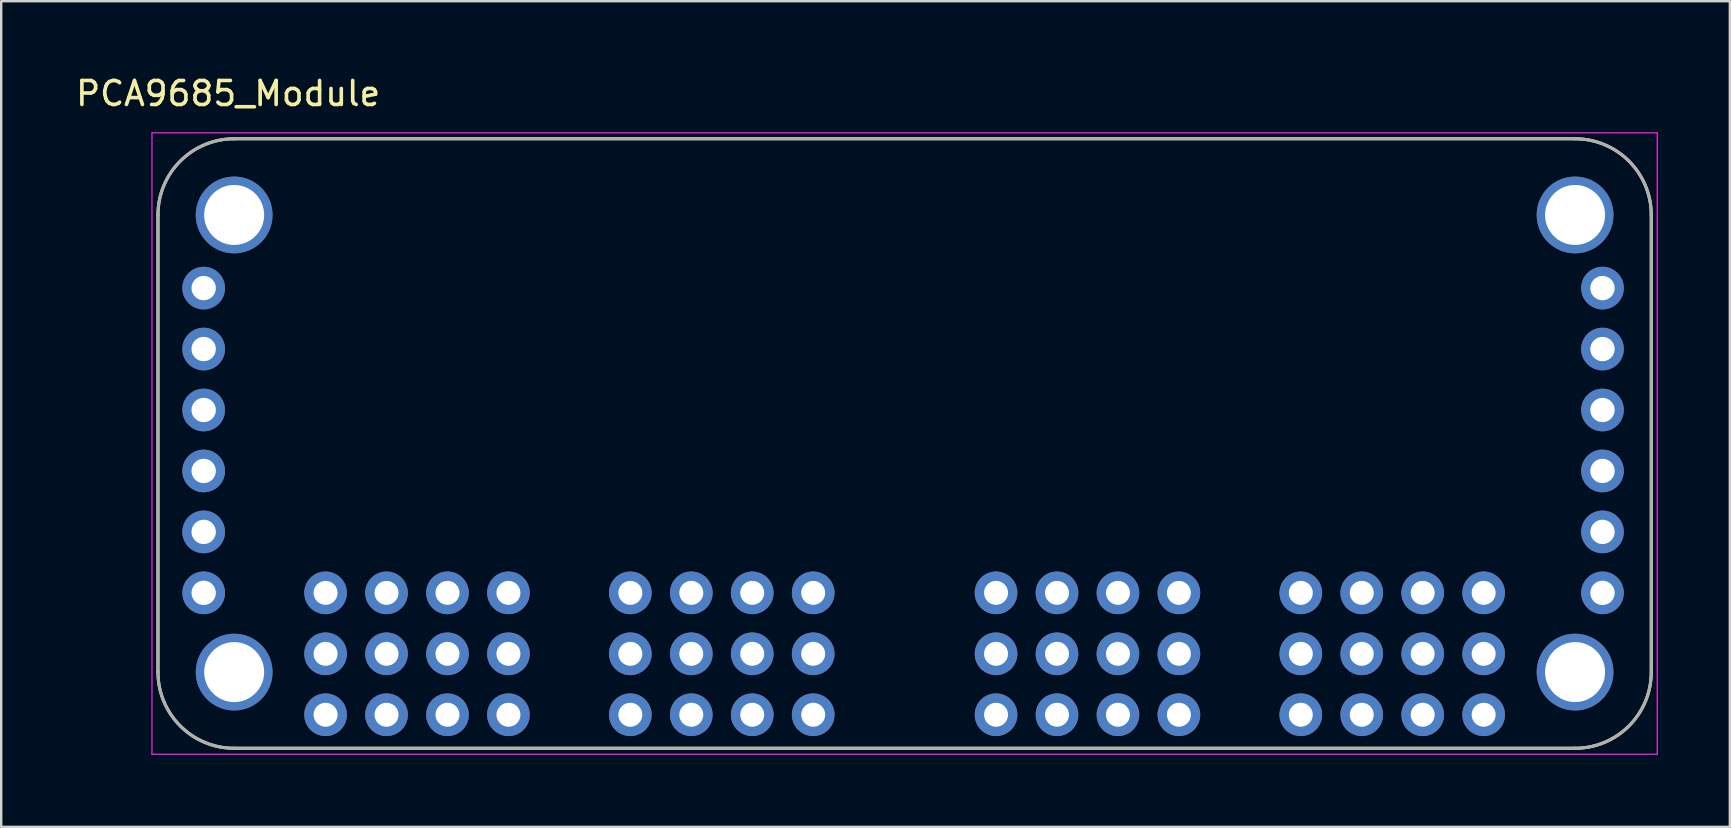
<source format=kicad_pcb>
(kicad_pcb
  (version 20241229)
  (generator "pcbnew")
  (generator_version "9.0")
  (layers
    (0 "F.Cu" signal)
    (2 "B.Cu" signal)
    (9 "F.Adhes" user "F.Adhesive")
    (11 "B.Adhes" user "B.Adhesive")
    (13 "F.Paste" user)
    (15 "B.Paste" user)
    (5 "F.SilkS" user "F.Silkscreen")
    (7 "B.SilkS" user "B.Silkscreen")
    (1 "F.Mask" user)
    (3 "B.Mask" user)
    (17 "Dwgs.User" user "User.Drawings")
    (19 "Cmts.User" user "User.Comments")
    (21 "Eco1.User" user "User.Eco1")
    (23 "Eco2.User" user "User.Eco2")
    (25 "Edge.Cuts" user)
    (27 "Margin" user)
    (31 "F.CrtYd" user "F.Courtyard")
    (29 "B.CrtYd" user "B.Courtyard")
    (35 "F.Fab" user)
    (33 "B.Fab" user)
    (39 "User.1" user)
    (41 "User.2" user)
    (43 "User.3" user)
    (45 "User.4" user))
  (footprint "PCA9685_Module"
    (layer "F.Cu")
    (at 34.648 15.433)
    (property "Reference" "PCA9685_Module" (at -28.19 -14.585 0) (layer "F.SilkS") (effects (font (size 1 1) (thickness 0.15))))
    (attr through_hole)
    (fp_line (start -31.115 9.525) (end -31.115 -9.525) (stroke (width 0.127) (type solid)) (layer "F.SilkS"))
    (fp_line (start -27.94 -12.7) (end 27.94 -12.7) (stroke (width 0.127) (type solid)) (layer "F.SilkS"))
    (fp_line (start 27.94 12.7) (end -27.94 12.7) (stroke (width 0.127) (type solid)) (layer "F.SilkS"))
    (fp_line (start 31.115 -9.525) (end 31.115 9.525) (stroke (width 0.127) (type solid)) (layer "F.SilkS"))
    (fp_arc (start -31.115 -9.525) (mid -30.185064 -11.770064) (end -27.94 -12.7) (stroke (width 0.127) (type solid)) (layer "F.SilkS"))
    (fp_arc (start -27.94 12.7) (mid -30.185064 11.770064) (end -31.115 9.525) (stroke (width 0.127) (type solid)) (layer "F.SilkS"))
    (fp_arc (start 27.94 -12.7) (mid 30.185064 -11.770064) (end 31.115 -9.525) (stroke (width 0.127) (type solid)) (layer "F.SilkS"))
    (fp_arc (start 31.115 9.525) (mid 30.185064 11.770064) (end 27.94 12.7) (stroke (width 0.127) (type solid)) (layer "F.SilkS"))
    (fp_line (start -31.365 -12.95) (end -31.365 12.95) (stroke (width 0.05) (type solid)) (layer "F.CrtYd"))
    (fp_line (start -31.365 12.95) (end 31.365 12.95) (stroke (width 0.05) (type solid)) (layer "F.CrtYd"))
    (fp_line (start 31.365 -12.95) (end -31.365 -12.95) (stroke (width 0.05) (type solid)) (layer "F.CrtYd"))
    (fp_line (start 31.365 12.95) (end 31.365 -12.95) (stroke (width 0.05) (type solid)) (layer "F.CrtYd"))
    (fp_line (start -31.115 9.525) (end -31.115 -9.525) (stroke (width 0.127) (type solid)) (layer "F.Fab"))
    (fp_line (start -27.94 -12.7) (end 27.94 -12.7) (stroke (width 0.127) (type solid)) (layer "F.Fab"))
    (fp_line (start 27.94 12.7) (end -27.94 12.7) (stroke (width 0.127) (type solid)) (layer "F.Fab"))
    (fp_line (start 31.115 -9.525) (end 31.115 9.525) (stroke (width 0.127) (type solid)) (layer "F.Fab"))
    (fp_arc (start -31.115 -9.525) (mid -30.185064 -11.770064) (end -27.94 -12.7) (stroke (width 0.127) (type solid)) (layer "F.Fab"))
    (fp_arc (start -27.94 12.7) (mid -30.185064 11.770064) (end -31.115 9.525) (stroke (width 0.127) (type solid)) (layer "F.Fab"))
    (fp_arc (start 27.94 -12.7) (mid 30.185064 -11.770064) (end 31.115 -9.525) (stroke (width 0.127) (type solid)) (layer "F.Fab"))
    (fp_arc (start 31.115 9.525) (mid 30.185064 11.770064) (end 27.94 12.7) (stroke (width 0.127) (type solid)) (layer "F.Fab"))
    (pad "0" thru_hole circle (at -24.13 6.223) (size 1.778 1.778) (drill 1) (layers "*.Cu" "*.Mask"))
    (pad "1" thru_hole circle (at -21.59 6.223) (size 1.778 1.778) (drill 1) (layers "*.Cu" "*.Mask"))
    (pad "2" thru_hole circle (at -19.05 6.223) (size 1.778 1.778) (drill 1) (layers "*.Cu" "*.Mask"))
    (pad "3" thru_hole circle (at -16.51 6.223) (size 1.778 1.778) (drill 1) (layers "*.Cu" "*.Mask"))
    (pad "4" thru_hole circle (at -11.43 6.223) (size 1.778 1.778) (drill 1) (layers "*.Cu" "*.Mask"))
    (pad "5" thru_hole circle (at -8.89 6.223) (size 1.778 1.778) (drill 1) (layers "*.Cu" "*.Mask"))
    (pad "6" thru_hole circle (at -6.35 6.223) (size 1.778 1.778) (drill 1) (layers "*.Cu" "*.Mask"))
    (pad "7" thru_hole circle (at -3.81 6.223) (size 1.778 1.778) (drill 1) (layers "*.Cu" "*.Mask"))
    (pad "8" thru_hole circle (at 3.81 6.223) (size 1.778 1.778) (drill 1) (layers "*.Cu" "*.Mask"))
    (pad "9" thru_hole circle (at 6.35 6.223) (size 1.778 1.778) (drill 1) (layers "*.Cu" "*.Mask"))
    (pad "10" thru_hole circle (at 8.89 6.223) (size 1.778 1.778) (drill 1) (layers "*.Cu" "*.Mask"))
    (pad "11" thru_hole circle (at 11.43 6.223) (size 1.778 1.778) (drill 1) (layers "*.Cu" "*.Mask"))
    (pad "12" thru_hole circle (at 16.51 6.223) (size 1.778 1.778) (drill 1) (layers "*.Cu" "*.Mask"))
    (pad "13" thru_hole circle (at 19.05 6.223) (size 1.778 1.778) (drill 1) (layers "*.Cu" "*.Mask"))
    (pad "14" thru_hole circle (at 21.59 6.223) (size 1.778 1.778) (drill 1) (layers "*.Cu" "*.Mask"))
    (pad "15" thru_hole circle (at 24.13 6.223) (size 1.778 1.778) (drill 1) (layers "*.Cu" "*.Mask"))
    (pad "GND_1" thru_hole circle (at -29.21 -6.477) (size 1.778 1.778) (drill 1.016) (layers "*.Cu" "*.Mask"))
    (pad "GND_2" thru_hole circle (at 29.083 -6.477) (size 1.778 1.778) (drill 1.016) (layers "*.Cu" "*.Mask"))
    (pad "GND_3" thru_hole circle (at -24.13 11.303) (size 1.778 1.778) (drill 1) (layers "*.Cu" "*.Mask"))
    (pad "GND_4" thru_hole circle (at -21.59 11.303) (size 1.778 1.778) (drill 1) (layers "*.Cu" "*.Mask"))
    (pad "GND_5" thru_hole circle (at -19.05 11.303) (size 1.778 1.778) (drill 1) (layers "*.Cu" "*.Mask"))
    (pad "GND_6" thru_hole circle (at -16.51 11.303) (size 1.778 1.778) (drill 1) (layers "*.Cu" "*.Mask"))
    (pad "GND_7" thru_hole circle (at -11.43 11.303) (size 1.778 1.778) (drill 1) (layers "*.Cu" "*.Mask"))
    (pad "GND_8" thru_hole circle (at -8.89 11.303) (size 1.778 1.778) (drill 1) (layers "*.Cu" "*.Mask"))
    (pad "GND_9" thru_hole circle (at -6.35 11.303) (size 1.778 1.778) (drill 1) (layers "*.Cu" "*.Mask"))
    (pad "GND_10" thru_hole circle (at -3.81 11.303) (size 1.778 1.778) (drill 1) (layers "*.Cu" "*.Mask"))
    (pad "GND_11" thru_hole circle (at 3.81 11.303) (size 1.778 1.778) (drill 1) (layers "*.Cu" "*.Mask"))
    (pad "GND_12" thru_hole circle (at 6.35 11.303) (size 1.778 1.778) (drill 1) (layers "*.Cu" "*.Mask"))
    (pad "GND_13" thru_hole circle (at 8.89 11.303) (size 1.778 1.778) (drill 1) (layers "*.Cu" "*.Mask"))
    (pad "GND_14" thru_hole circle (at 11.43 11.303) (size 1.778 1.778) (drill 1) (layers "*.Cu" "*.Mask"))
    (pad "GND_15" thru_hole circle (at 16.51 11.303) (size 1.778 1.778) (drill 1) (layers "*.Cu" "*.Mask"))
    (pad "GND_16" thru_hole circle (at 19.05 11.303) (size 1.778 1.778) (drill 1) (layers "*.Cu" "*.Mask"))
    (pad "GND_17" thru_hole circle (at 21.59 11.303) (size 1.778 1.778) (drill 1) (layers "*.Cu" "*.Mask"))
    (pad "GND_18" thru_hole circle (at 24.13 11.303) (size 1.778 1.778) (drill 1) (layers "*.Cu" "*.Mask"))
    (pad "OE_1" thru_hole circle (at -29.21 -3.937) (size 1.778 1.778) (drill 1.016) (layers "*.Cu" "*.Mask"))
    (pad "OE_2" thru_hole circle (at 29.083 -3.937) (size 1.778 1.778) (drill 1.016) (layers "*.Cu" "*.Mask"))
    (pad "S1" thru_hole circle (at -27.94 -9.525) (size 3.2 3.2) (drill 2.5) (layers "*.Cu" "*.Mask"))
    (pad "S2" thru_hole circle (at 27.94 -9.525) (size 3.2 3.2) (drill 2.5) (layers "*.Cu" "*.Mask"))
    (pad "S3" thru_hole circle (at -27.94 9.525) (size 3.2 3.2) (drill 2.5) (layers "*.Cu" "*.Mask"))
    (pad "S4" thru_hole circle (at 27.94 9.525) (size 3.2 3.2) (drill 2.5) (layers "*.Cu" "*.Mask"))
    (pad "SCL_1" thru_hole circle (at -29.21 -1.397) (size 1.778 1.778) (drill 1.016) (layers "*.Cu" "*.Mask"))
    (pad "SCL_2" thru_hole circle (at 29.083 -1.397) (size 1.778 1.778) (drill 1.016) (layers "*.Cu" "*.Mask"))
    (pad "SDA_1" thru_hole circle (at -29.21 1.143) (size 1.778 1.778) (drill 1.016) (layers "*.Cu" "*.Mask"))
    (pad "SDA_2" thru_hole circle (at 29.083 1.143) (size 1.778 1.778) (drill 1.016) (layers "*.Cu" "*.Mask"))
    (pad "V+_1" thru_hole circle (at -29.21 6.223) (size 1.778 1.778) (drill 1.016) (layers "*.Cu" "*.Mask"))
    (pad "V+_2" thru_hole circle (at 29.083 6.223) (size 1.778 1.778) (drill 1.016) (layers "*.Cu" "*.Mask"))
    (pad "V+_3" thru_hole circle (at -24.13 8.763) (size 1.778 1.778) (drill 1) (layers "*.Cu" "*.Mask"))
    (pad "V+_4" thru_hole circle (at -21.59 8.763) (size 1.778 1.778) (drill 1) (layers "*.Cu" "*.Mask"))
    (pad "V+_5" thru_hole circle (at -19.05 8.763) (size 1.778 1.778) (drill 1) (layers "*.Cu" "*.Mask"))
    (pad "V+_6" thru_hole circle (at -16.51 8.763) (size 1.778 1.778) (drill 1) (layers "*.Cu" "*.Mask"))
    (pad "V+_7" thru_hole circle (at -11.43 8.763) (size 1.778 1.778) (drill 1) (layers "*.Cu" "*.Mask"))
    (pad "V+_8" thru_hole circle (at -8.89 8.763) (size 1.778 1.778) (drill 1) (layers "*.Cu" "*.Mask"))
    (pad "V+_9" thru_hole circle (at -6.35 8.763) (size 1.778 1.778) (drill 1) (layers "*.Cu" "*.Mask"))
    (pad "V+_10" thru_hole circle (at -3.81 8.763) (size 1.778 1.778) (drill 1) (layers "*.Cu" "*.Mask"))
    (pad "V+_11" thru_hole circle (at 3.81 8.763) (size 1.778 1.778) (drill 1) (layers "*.Cu" "*.Mask"))
    (pad "V+_12" thru_hole circle (at 6.35 8.763) (size 1.778 1.778) (drill 1) (layers "*.Cu" "*.Mask"))
    (pad "V+_13" thru_hole circle (at 8.89 8.763) (size 1.778 1.778) (drill 1) (layers "*.Cu" "*.Mask"))
    (pad "V+_14" thru_hole circle (at 11.43 8.763) (size 1.778 1.778) (drill 1) (layers "*.Cu" "*.Mask"))
    (pad "V+_15" thru_hole circle (at 16.51 8.763) (size 1.778 1.778) (drill 1) (layers "*.Cu" "*.Mask"))
    (pad "V+_16" thru_hole circle (at 19.05 8.763) (size 1.778 1.778) (drill 1) (layers "*.Cu" "*.Mask"))
    (pad "V+_17" thru_hole circle (at 21.59 8.763) (size 1.778 1.778) (drill 1) (layers "*.Cu" "*.Mask"))
    (pad "V+_18" thru_hole circle (at 24.13 8.763) (size 1.778 1.778) (drill 1) (layers "*.Cu" "*.Mask"))
    (pad "VCC_1" thru_hole circle (at -29.21 3.683) (size 1.778 1.778) (drill 1.016) (layers "*.Cu" "*.Mask"))
    (pad "VCC_2" thru_hole circle (at 29.083 3.683) (size 1.778 1.778) (drill 1.016) (layers "*.Cu" "*.Mask")))
  (gr_rect
    (start -3 -3)
    (end 69.038 31.408)
    (stroke (width 0.1) (type default))
    (fill no)
    (layer "Edge.Cuts")))
</source>
